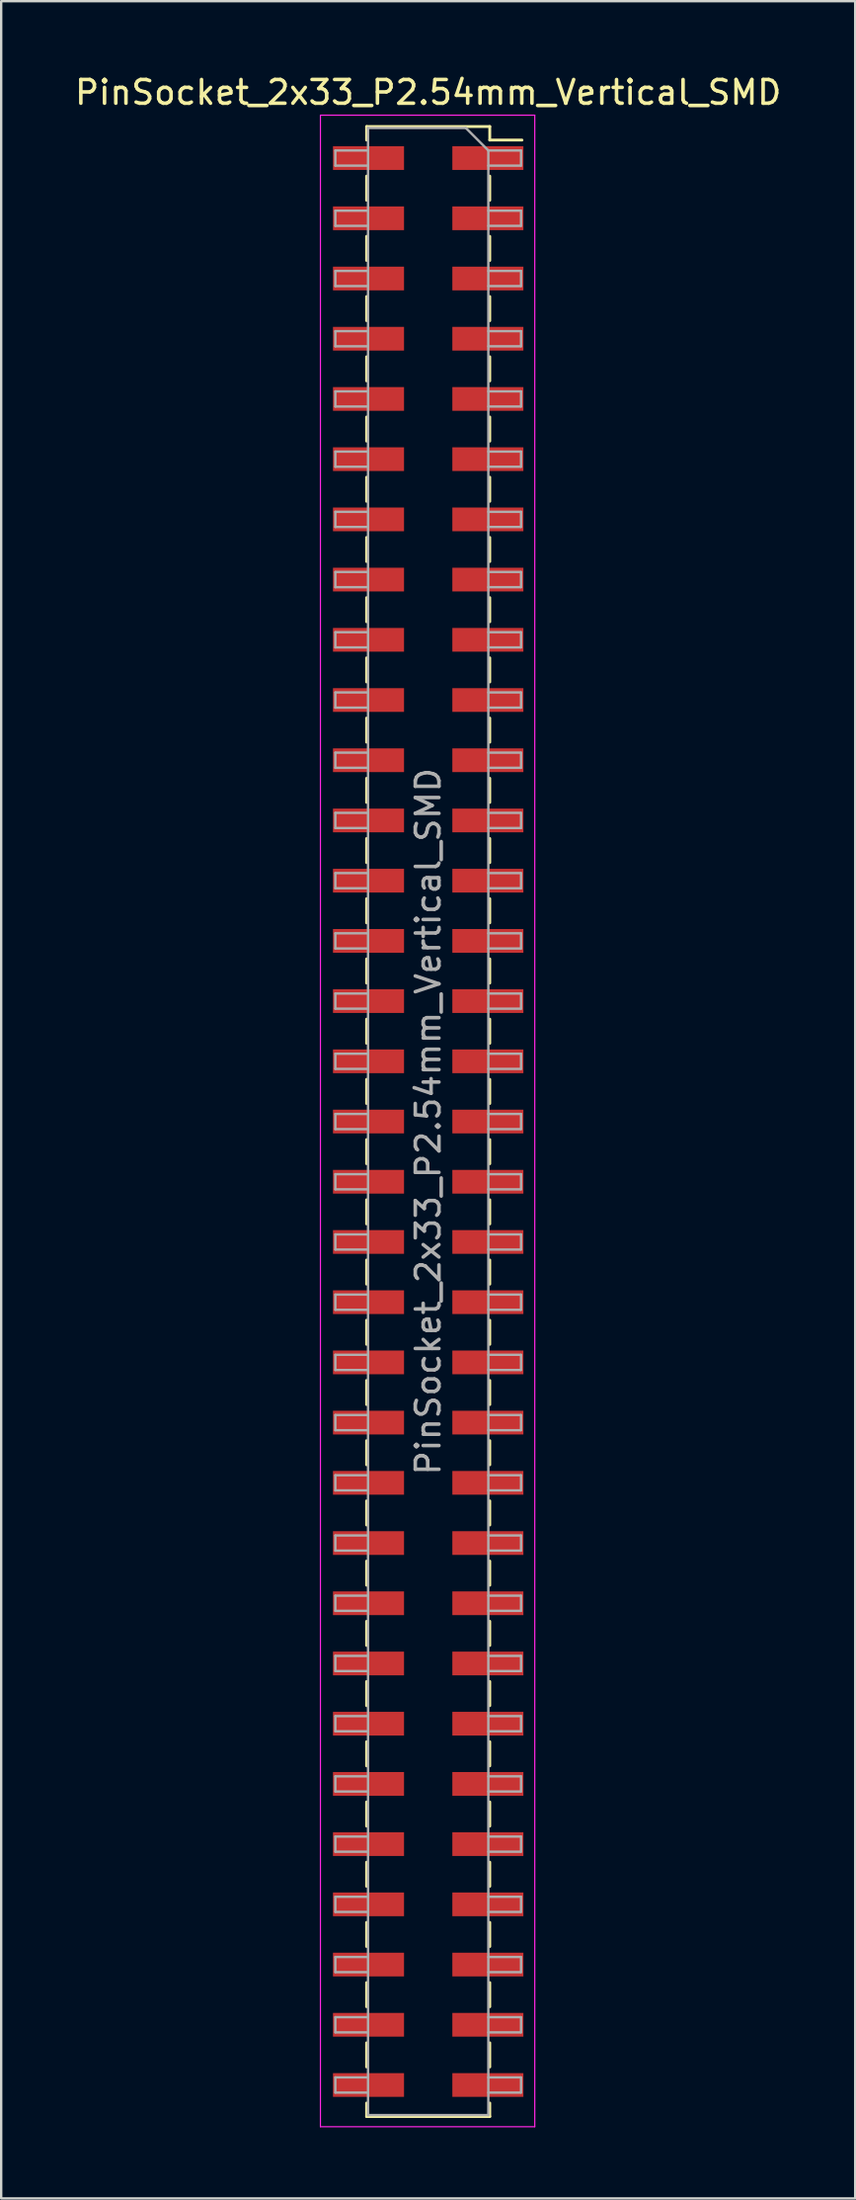
<source format=kicad_pcb>
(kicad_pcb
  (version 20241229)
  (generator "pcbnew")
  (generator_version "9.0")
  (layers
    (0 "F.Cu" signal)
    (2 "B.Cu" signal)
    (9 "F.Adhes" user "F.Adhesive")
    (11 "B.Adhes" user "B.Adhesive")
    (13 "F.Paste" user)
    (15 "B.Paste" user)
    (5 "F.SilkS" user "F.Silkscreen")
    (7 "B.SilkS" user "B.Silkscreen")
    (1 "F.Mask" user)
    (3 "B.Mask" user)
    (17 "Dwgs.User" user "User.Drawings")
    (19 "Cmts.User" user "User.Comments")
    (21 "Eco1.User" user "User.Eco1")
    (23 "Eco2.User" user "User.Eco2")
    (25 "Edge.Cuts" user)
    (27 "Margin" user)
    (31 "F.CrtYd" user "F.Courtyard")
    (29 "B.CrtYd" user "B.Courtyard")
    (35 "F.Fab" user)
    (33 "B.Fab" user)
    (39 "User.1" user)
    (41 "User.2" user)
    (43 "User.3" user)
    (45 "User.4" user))
  (footprint "PinSocket_2x33_P2.54mm_Vertical_SMD"
    (layer "F.Cu")
    (at 15.03 44.258)
    (property "Reference" "PinSocket_2x33_P2.54mm_Vertical_SMD" (at 0 -43.41 0) (layer "F.SilkS") (effects (font (size 1 1) (thickness 0.15))))
    (attr smd)
    (fp_line (start -2.6 -41.97) (end -2.6 -41.4) (stroke (width 0.12) (type solid)) (layer "F.SilkS"))
    (fp_line (start -2.6 -41.97) (end 2.6 -41.97) (stroke (width 0.12) (type solid)) (layer "F.SilkS"))
    (fp_line (start -2.6 -39.88) (end -2.6 -38.86) (stroke (width 0.12) (type solid)) (layer "F.SilkS"))
    (fp_line (start -2.6 -37.34) (end -2.6 -36.32) (stroke (width 0.12) (type solid)) (layer "F.SilkS"))
    (fp_line (start -2.6 -34.8) (end -2.6 -33.78) (stroke (width 0.12) (type solid)) (layer "F.SilkS"))
    (fp_line (start -2.6 -32.26) (end -2.6 -31.24) (stroke (width 0.12) (type solid)) (layer "F.SilkS"))
    (fp_line (start -2.6 -29.72) (end -2.6 -28.7) (stroke (width 0.12) (type solid)) (layer "F.SilkS"))
    (fp_line (start -2.6 -27.18) (end -2.6 -26.16) (stroke (width 0.12) (type solid)) (layer "F.SilkS"))
    (fp_line (start -2.6 -24.64) (end -2.6 -23.62) (stroke (width 0.12) (type solid)) (layer "F.SilkS"))
    (fp_line (start -2.6 -22.1) (end -2.6 -21.08) (stroke (width 0.12) (type solid)) (layer "F.SilkS"))
    (fp_line (start -2.6 -19.56) (end -2.6 -18.54) (stroke (width 0.12) (type solid)) (layer "F.SilkS"))
    (fp_line (start -2.6 -17.02) (end -2.6 -16) (stroke (width 0.12) (type solid)) (layer "F.SilkS"))
    (fp_line (start -2.6 -14.48) (end -2.6 -13.46) (stroke (width 0.12) (type solid)) (layer "F.SilkS"))
    (fp_line (start -2.6 -11.94) (end -2.6 -10.92) (stroke (width 0.12) (type solid)) (layer "F.SilkS"))
    (fp_line (start -2.6 -9.4) (end -2.6 -8.38) (stroke (width 0.12) (type solid)) (layer "F.SilkS"))
    (fp_line (start -2.6 -6.86) (end -2.6 -5.84) (stroke (width 0.12) (type solid)) (layer "F.SilkS"))
    (fp_line (start -2.6 -4.32) (end -2.6 -3.3) (stroke (width 0.12) (type solid)) (layer "F.SilkS"))
    (fp_line (start -2.6 -1.78) (end -2.6 -0.76) (stroke (width 0.12) (type solid)) (layer "F.SilkS"))
    (fp_line (start -2.6 0.76) (end -2.6 1.78) (stroke (width 0.12) (type solid)) (layer "F.SilkS"))
    (fp_line (start -2.6 3.3) (end -2.6 4.32) (stroke (width 0.12) (type solid)) (layer "F.SilkS"))
    (fp_line (start -2.6 5.84) (end -2.6 6.86) (stroke (width 0.12) (type solid)) (layer "F.SilkS"))
    (fp_line (start -2.6 8.38) (end -2.6 9.4) (stroke (width 0.12) (type solid)) (layer "F.SilkS"))
    (fp_line (start -2.6 10.92) (end -2.6 11.94) (stroke (width 0.12) (type solid)) (layer "F.SilkS"))
    (fp_line (start -2.6 13.46) (end -2.6 14.48) (stroke (width 0.12) (type solid)) (layer "F.SilkS"))
    (fp_line (start -2.6 16) (end -2.6 17.02) (stroke (width 0.12) (type solid)) (layer "F.SilkS"))
    (fp_line (start -2.6 18.54) (end -2.6 19.56) (stroke (width 0.12) (type solid)) (layer "F.SilkS"))
    (fp_line (start -2.6 21.08) (end -2.6 22.1) (stroke (width 0.12) (type solid)) (layer "F.SilkS"))
    (fp_line (start -2.6 23.62) (end -2.6 24.64) (stroke (width 0.12) (type solid)) (layer "F.SilkS"))
    (fp_line (start -2.6 26.16) (end -2.6 27.18) (stroke (width 0.12) (type solid)) (layer "F.SilkS"))
    (fp_line (start -2.6 28.7) (end -2.6 29.72) (stroke (width 0.12) (type solid)) (layer "F.SilkS"))
    (fp_line (start -2.6 31.24) (end -2.6 32.26) (stroke (width 0.12) (type solid)) (layer "F.SilkS"))
    (fp_line (start -2.6 33.78) (end -2.6 34.8) (stroke (width 0.12) (type solid)) (layer "F.SilkS"))
    (fp_line (start -2.6 36.32) (end -2.6 37.34) (stroke (width 0.12) (type solid)) (layer "F.SilkS"))
    (fp_line (start -2.6 38.86) (end -2.6 39.88) (stroke (width 0.12) (type solid)) (layer "F.SilkS"))
    (fp_line (start -2.6 41.4) (end -2.6 41.97) (stroke (width 0.12) (type solid)) (layer "F.SilkS"))
    (fp_line (start -2.6 41.97) (end 2.6 41.97) (stroke (width 0.12) (type solid)) (layer "F.SilkS"))
    (fp_line (start 2.6 -41.97) (end 2.6 -41.4) (stroke (width 0.12) (type solid)) (layer "F.SilkS"))
    (fp_line (start 2.6 -41.4) (end 3.96 -41.4) (stroke (width 0.12) (type solid)) (layer "F.SilkS"))
    (fp_line (start 2.6 -39.88) (end 2.6 -38.86) (stroke (width 0.12) (type solid)) (layer "F.SilkS"))
    (fp_line (start 2.6 -37.34) (end 2.6 -36.32) (stroke (width 0.12) (type solid)) (layer "F.SilkS"))
    (fp_line (start 2.6 -34.8) (end 2.6 -33.78) (stroke (width 0.12) (type solid)) (layer "F.SilkS"))
    (fp_line (start 2.6 -32.26) (end 2.6 -31.24) (stroke (width 0.12) (type solid)) (layer "F.SilkS"))
    (fp_line (start 2.6 -29.72) (end 2.6 -28.7) (stroke (width 0.12) (type solid)) (layer "F.SilkS"))
    (fp_line (start 2.6 -27.18) (end 2.6 -26.16) (stroke (width 0.12) (type solid)) (layer "F.SilkS"))
    (fp_line (start 2.6 -24.64) (end 2.6 -23.62) (stroke (width 0.12) (type solid)) (layer "F.SilkS"))
    (fp_line (start 2.6 -22.1) (end 2.6 -21.08) (stroke (width 0.12) (type solid)) (layer "F.SilkS"))
    (fp_line (start 2.6 -19.56) (end 2.6 -18.54) (stroke (width 0.12) (type solid)) (layer "F.SilkS"))
    (fp_line (start 2.6 -17.02) (end 2.6 -16) (stroke (width 0.12) (type solid)) (layer "F.SilkS"))
    (fp_line (start 2.6 -14.48) (end 2.6 -13.46) (stroke (width 0.12) (type solid)) (layer "F.SilkS"))
    (fp_line (start 2.6 -11.94) (end 2.6 -10.92) (stroke (width 0.12) (type solid)) (layer "F.SilkS"))
    (fp_line (start 2.6 -9.4) (end 2.6 -8.38) (stroke (width 0.12) (type solid)) (layer "F.SilkS"))
    (fp_line (start 2.6 -6.86) (end 2.6 -5.84) (stroke (width 0.12) (type solid)) (layer "F.SilkS"))
    (fp_line (start 2.6 -4.32) (end 2.6 -3.3) (stroke (width 0.12) (type solid)) (layer "F.SilkS"))
    (fp_line (start 2.6 -1.78) (end 2.6 -0.76) (stroke (width 0.12) (type solid)) (layer "F.SilkS"))
    (fp_line (start 2.6 0.76) (end 2.6 1.78) (stroke (width 0.12) (type solid)) (layer "F.SilkS"))
    (fp_line (start 2.6 3.3) (end 2.6 4.32) (stroke (width 0.12) (type solid)) (layer "F.SilkS"))
    (fp_line (start 2.6 5.84) (end 2.6 6.86) (stroke (width 0.12) (type solid)) (layer "F.SilkS"))
    (fp_line (start 2.6 8.38) (end 2.6 9.4) (stroke (width 0.12) (type solid)) (layer "F.SilkS"))
    (fp_line (start 2.6 10.92) (end 2.6 11.94) (stroke (width 0.12) (type solid)) (layer "F.SilkS"))
    (fp_line (start 2.6 13.46) (end 2.6 14.48) (stroke (width 0.12) (type solid)) (layer "F.SilkS"))
    (fp_line (start 2.6 16) (end 2.6 17.02) (stroke (width 0.12) (type solid)) (layer "F.SilkS"))
    (fp_line (start 2.6 18.54) (end 2.6 19.56) (stroke (width 0.12) (type solid)) (layer "F.SilkS"))
    (fp_line (start 2.6 21.08) (end 2.6 22.1) (stroke (width 0.12) (type solid)) (layer "F.SilkS"))
    (fp_line (start 2.6 23.62) (end 2.6 24.64) (stroke (width 0.12) (type solid)) (layer "F.SilkS"))
    (fp_line (start 2.6 26.16) (end 2.6 27.18) (stroke (width 0.12) (type solid)) (layer "F.SilkS"))
    (fp_line (start 2.6 28.7) (end 2.6 29.72) (stroke (width 0.12) (type solid)) (layer "F.SilkS"))
    (fp_line (start 2.6 31.24) (end 2.6 32.26) (stroke (width 0.12) (type solid)) (layer "F.SilkS"))
    (fp_line (start 2.6 33.78) (end 2.6 34.8) (stroke (width 0.12) (type solid)) (layer "F.SilkS"))
    (fp_line (start 2.6 36.32) (end 2.6 37.34) (stroke (width 0.12) (type solid)) (layer "F.SilkS"))
    (fp_line (start 2.6 38.86) (end 2.6 39.88) (stroke (width 0.12) (type solid)) (layer "F.SilkS"))
    (fp_line (start 2.6 41.4) (end 2.6 41.97) (stroke (width 0.12) (type solid)) (layer "F.SilkS"))
    (fp_line (start -4.55 -42.45) (end 4.5 -42.45) (stroke (width 0.05) (type solid)) (layer "F.CrtYd"))
    (fp_line (start -4.55 42.4) (end -4.55 -42.45) (stroke (width 0.05) (type solid)) (layer "F.CrtYd"))
    (fp_line (start 4.5 -42.45) (end 4.5 42.4) (stroke (width 0.05) (type solid)) (layer "F.CrtYd"))
    (fp_line (start 4.5 42.4) (end -4.55 42.4) (stroke (width 0.05) (type solid)) (layer "F.CrtYd"))
    (fp_line (start -3.92 -40.96) (end -2.54 -40.96) (stroke (width 0.1) (type solid)) (layer "F.Fab"))
    (fp_line (start -3.92 -40.32) (end -3.92 -40.96) (stroke (width 0.1) (type solid)) (layer "F.Fab"))
    (fp_line (start -3.92 -38.42) (end -2.54 -38.42) (stroke (width 0.1) (type solid)) (layer "F.Fab"))
    (fp_line (start -3.92 -37.78) (end -3.92 -38.42) (stroke (width 0.1) (type solid)) (layer "F.Fab"))
    (fp_line (start -3.92 -35.88) (end -2.54 -35.88) (stroke (width 0.1) (type solid)) (layer "F.Fab"))
    (fp_line (start -3.92 -35.24) (end -3.92 -35.88) (stroke (width 0.1) (type solid)) (layer "F.Fab"))
    (fp_line (start -3.92 -33.34) (end -2.54 -33.34) (stroke (width 0.1) (type solid)) (layer "F.Fab"))
    (fp_line (start -3.92 -32.7) (end -3.92 -33.34) (stroke (width 0.1) (type solid)) (layer "F.Fab"))
    (fp_line (start -3.92 -30.8) (end -2.54 -30.8) (stroke (width 0.1) (type solid)) (layer "F.Fab"))
    (fp_line (start -3.92 -30.16) (end -3.92 -30.8) (stroke (width 0.1) (type solid)) (layer "F.Fab"))
    (fp_line (start -3.92 -28.26) (end -2.54 -28.26) (stroke (width 0.1) (type solid)) (layer "F.Fab"))
    (fp_line (start -3.92 -27.62) (end -3.92 -28.26) (stroke (width 0.1) (type solid)) (layer "F.Fab"))
    (fp_line (start -3.92 -25.72) (end -2.54 -25.72) (stroke (width 0.1) (type solid)) (layer "F.Fab"))
    (fp_line (start -3.92 -25.08) (end -3.92 -25.72) (stroke (width 0.1) (type solid)) (layer "F.Fab"))
    (fp_line (start -3.92 -23.18) (end -2.54 -23.18) (stroke (width 0.1) (type solid)) (layer "F.Fab"))
    (fp_line (start -3.92 -22.54) (end -3.92 -23.18) (stroke (width 0.1) (type solid)) (layer "F.Fab"))
    (fp_line (start -3.92 -20.64) (end -2.54 -20.64) (stroke (width 0.1) (type solid)) (layer "F.Fab"))
    (fp_line (start -3.92 -20) (end -3.92 -20.64) (stroke (width 0.1) (type solid)) (layer "F.Fab"))
    (fp_line (start -3.92 -18.1) (end -2.54 -18.1) (stroke (width 0.1) (type solid)) (layer "F.Fab"))
    (fp_line (start -3.92 -17.46) (end -3.92 -18.1) (stroke (width 0.1) (type solid)) (layer "F.Fab"))
    (fp_line (start -3.92 -15.56) (end -2.54 -15.56) (stroke (width 0.1) (type solid)) (layer "F.Fab"))
    (fp_line (start -3.92 -14.92) (end -3.92 -15.56) (stroke (width 0.1) (type solid)) (layer "F.Fab"))
    (fp_line (start -3.92 -13.02) (end -2.54 -13.02) (stroke (width 0.1) (type solid)) (layer "F.Fab"))
    (fp_line (start -3.92 -12.38) (end -3.92 -13.02) (stroke (width 0.1) (type solid)) (layer "F.Fab"))
    (fp_line (start -3.92 -10.48) (end -2.54 -10.48) (stroke (width 0.1) (type solid)) (layer "F.Fab"))
    (fp_line (start -3.92 -9.84) (end -3.92 -10.48) (stroke (width 0.1) (type solid)) (layer "F.Fab"))
    (fp_line (start -3.92 -7.94) (end -2.54 -7.94) (stroke (width 0.1) (type solid)) (layer "F.Fab"))
    (fp_line (start -3.92 -7.3) (end -3.92 -7.94) (stroke (width 0.1) (type solid)) (layer "F.Fab"))
    (fp_line (start -3.92 -5.4) (end -2.54 -5.4) (stroke (width 0.1) (type solid)) (layer "F.Fab"))
    (fp_line (start -3.92 -4.76) (end -3.92 -5.4) (stroke (width 0.1) (type solid)) (layer "F.Fab"))
    (fp_line (start -3.92 -2.86) (end -2.54 -2.86) (stroke (width 0.1) (type solid)) (layer "F.Fab"))
    (fp_line (start -3.92 -2.22) (end -3.92 -2.86) (stroke (width 0.1) (type solid)) (layer "F.Fab"))
    (fp_line (start -3.92 -0.32) (end -2.54 -0.32) (stroke (width 0.1) (type solid)) (layer "F.Fab"))
    (fp_line (start -3.92 0.32) (end -3.92 -0.32) (stroke (width 0.1) (type solid)) (layer "F.Fab"))
    (fp_line (start -3.92 2.22) (end -2.54 2.22) (stroke (width 0.1) (type solid)) (layer "F.Fab"))
    (fp_line (start -3.92 2.86) (end -3.92 2.22) (stroke (width 0.1) (type solid)) (layer "F.Fab"))
    (fp_line (start -3.92 4.76) (end -2.54 4.76) (stroke (width 0.1) (type solid)) (layer "F.Fab"))
    (fp_line (start -3.92 5.4) (end -3.92 4.76) (stroke (width 0.1) (type solid)) (layer "F.Fab"))
    (fp_line (start -3.92 7.3) (end -2.54 7.3) (stroke (width 0.1) (type solid)) (layer "F.Fab"))
    (fp_line (start -3.92 7.94) (end -3.92 7.3) (stroke (width 0.1) (type solid)) (layer "F.Fab"))
    (fp_line (start -3.92 9.84) (end -2.54 9.84) (stroke (width 0.1) (type solid)) (layer "F.Fab"))
    (fp_line (start -3.92 10.48) (end -3.92 9.84) (stroke (width 0.1) (type solid)) (layer "F.Fab"))
    (fp_line (start -3.92 12.38) (end -2.54 12.38) (stroke (width 0.1) (type solid)) (layer "F.Fab"))
    (fp_line (start -3.92 13.02) (end -3.92 12.38) (stroke (width 0.1) (type solid)) (layer "F.Fab"))
    (fp_line (start -3.92 14.92) (end -2.54 14.92) (stroke (width 0.1) (type solid)) (layer "F.Fab"))
    (fp_line (start -3.92 15.56) (end -3.92 14.92) (stroke (width 0.1) (type solid)) (layer "F.Fab"))
    (fp_line (start -3.92 17.46) (end -2.54 17.46) (stroke (width 0.1) (type solid)) (layer "F.Fab"))
    (fp_line (start -3.92 18.1) (end -3.92 17.46) (stroke (width 0.1) (type solid)) (layer "F.Fab"))
    (fp_line (start -3.92 20) (end -2.54 20) (stroke (width 0.1) (type solid)) (layer "F.Fab"))
    (fp_line (start -3.92 20.64) (end -3.92 20) (stroke (width 0.1) (type solid)) (layer "F.Fab"))
    (fp_line (start -3.92 22.54) (end -2.54 22.54) (stroke (width 0.1) (type solid)) (layer "F.Fab"))
    (fp_line (start -3.92 23.18) (end -3.92 22.54) (stroke (width 0.1) (type solid)) (layer "F.Fab"))
    (fp_line (start -3.92 25.08) (end -2.54 25.08) (stroke (width 0.1) (type solid)) (layer "F.Fab"))
    (fp_line (start -3.92 25.72) (end -3.92 25.08) (stroke (width 0.1) (type solid)) (layer "F.Fab"))
    (fp_line (start -3.92 27.62) (end -2.54 27.62) (stroke (width 0.1) (type solid)) (layer "F.Fab"))
    (fp_line (start -3.92 28.26) (end -3.92 27.62) (stroke (width 0.1) (type solid)) (layer "F.Fab"))
    (fp_line (start -3.92 30.16) (end -2.54 30.16) (stroke (width 0.1) (type solid)) (layer "F.Fab"))
    (fp_line (start -3.92 30.8) (end -3.92 30.16) (stroke (width 0.1) (type solid)) (layer "F.Fab"))
    (fp_line (start -3.92 32.7) (end -2.54 32.7) (stroke (width 0.1) (type solid)) (layer "F.Fab"))
    (fp_line (start -3.92 33.34) (end -3.92 32.7) (stroke (width 0.1) (type solid)) (layer "F.Fab"))
    (fp_line (start -3.92 35.24) (end -2.54 35.24) (stroke (width 0.1) (type solid)) (layer "F.Fab"))
    (fp_line (start -3.92 35.88) (end -3.92 35.24) (stroke (width 0.1) (type solid)) (layer "F.Fab"))
    (fp_line (start -3.92 37.78) (end -2.54 37.78) (stroke (width 0.1) (type solid)) (layer "F.Fab"))
    (fp_line (start -3.92 38.42) (end -3.92 37.78) (stroke (width 0.1) (type solid)) (layer "F.Fab"))
    (fp_line (start -3.92 40.32) (end -2.54 40.32) (stroke (width 0.1) (type solid)) (layer "F.Fab"))
    (fp_line (start -3.92 40.96) (end -3.92 40.32) (stroke (width 0.1) (type solid)) (layer "F.Fab"))
    (fp_line (start -2.54 -41.91) (end 1.59 -41.91) (stroke (width 0.1) (type solid)) (layer "F.Fab"))
    (fp_line (start -2.54 -40.32) (end -3.92 -40.32) (stroke (width 0.1) (type solid)) (layer "F.Fab"))
    (fp_line (start -2.54 -37.78) (end -3.92 -37.78) (stroke (width 0.1) (type solid)) (layer "F.Fab"))
    (fp_line (start -2.54 -35.24) (end -3.92 -35.24) (stroke (width 0.1) (type solid)) (layer "F.Fab"))
    (fp_line (start -2.54 -32.7) (end -3.92 -32.7) (stroke (width 0.1) (type solid)) (layer "F.Fab"))
    (fp_line (start -2.54 -30.16) (end -3.92 -30.16) (stroke (width 0.1) (type solid)) (layer "F.Fab"))
    (fp_line (start -2.54 -27.62) (end -3.92 -27.62) (stroke (width 0.1) (type solid)) (layer "F.Fab"))
    (fp_line (start -2.54 -25.08) (end -3.92 -25.08) (stroke (width 0.1) (type solid)) (layer "F.Fab"))
    (fp_line (start -2.54 -22.54) (end -3.92 -22.54) (stroke (width 0.1) (type solid)) (layer "F.Fab"))
    (fp_line (start -2.54 -20) (end -3.92 -20) (stroke (width 0.1) (type solid)) (layer "F.Fab"))
    (fp_line (start -2.54 -17.46) (end -3.92 -17.46) (stroke (width 0.1) (type solid)) (layer "F.Fab"))
    (fp_line (start -2.54 -14.92) (end -3.92 -14.92) (stroke (width 0.1) (type solid)) (layer "F.Fab"))
    (fp_line (start -2.54 -12.38) (end -3.92 -12.38) (stroke (width 0.1) (type solid)) (layer "F.Fab"))
    (fp_line (start -2.54 -9.84) (end -3.92 -9.84) (stroke (width 0.1) (type solid)) (layer "F.Fab"))
    (fp_line (start -2.54 -7.3) (end -3.92 -7.3) (stroke (width 0.1) (type solid)) (layer "F.Fab"))
    (fp_line (start -2.54 -4.76) (end -3.92 -4.76) (stroke (width 0.1) (type solid)) (layer "F.Fab"))
    (fp_line (start -2.54 -2.22) (end -3.92 -2.22) (stroke (width 0.1) (type solid)) (layer "F.Fab"))
    (fp_line (start -2.54 0.32) (end -3.92 0.32) (stroke (width 0.1) (type solid)) (layer "F.Fab"))
    (fp_line (start -2.54 2.86) (end -3.92 2.86) (stroke (width 0.1) (type solid)) (layer "F.Fab"))
    (fp_line (start -2.54 5.4) (end -3.92 5.4) (stroke (width 0.1) (type solid)) (layer "F.Fab"))
    (fp_line (start -2.54 7.94) (end -3.92 7.94) (stroke (width 0.1) (type solid)) (layer "F.Fab"))
    (fp_line (start -2.54 10.48) (end -3.92 10.48) (stroke (width 0.1) (type solid)) (layer "F.Fab"))
    (fp_line (start -2.54 13.02) (end -3.92 13.02) (stroke (width 0.1) (type solid)) (layer "F.Fab"))
    (fp_line (start -2.54 15.56) (end -3.92 15.56) (stroke (width 0.1) (type solid)) (layer "F.Fab"))
    (fp_line (start -2.54 18.1) (end -3.92 18.1) (stroke (width 0.1) (type solid)) (layer "F.Fab"))
    (fp_line (start -2.54 20.64) (end -3.92 20.64) (stroke (width 0.1) (type solid)) (layer "F.Fab"))
    (fp_line (start -2.54 23.18) (end -3.92 23.18) (stroke (width 0.1) (type solid)) (layer "F.Fab"))
    (fp_line (start -2.54 25.72) (end -3.92 25.72) (stroke (width 0.1) (type solid)) (layer "F.Fab"))
    (fp_line (start -2.54 28.26) (end -3.92 28.26) (stroke (width 0.1) (type solid)) (layer "F.Fab"))
    (fp_line (start -2.54 30.8) (end -3.92 30.8) (stroke (width 0.1) (type solid)) (layer "F.Fab"))
    (fp_line (start -2.54 33.34) (end -3.92 33.34) (stroke (width 0.1) (type solid)) (layer "F.Fab"))
    (fp_line (start -2.54 35.88) (end -3.92 35.88) (stroke (width 0.1) (type solid)) (layer "F.Fab"))
    (fp_line (start -2.54 38.42) (end -3.92 38.42) (stroke (width 0.1) (type solid)) (layer "F.Fab"))
    (fp_line (start -2.54 40.96) (end -3.92 40.96) (stroke (width 0.1) (type solid)) (layer "F.Fab"))
    (fp_line (start -2.54 41.91) (end -2.54 -41.91) (stroke (width 0.1) (type solid)) (layer "F.Fab"))
    (fp_line (start 1.59 -41.91) (end 2.54 -40.96) (stroke (width 0.1) (type solid)) (layer "F.Fab"))
    (fp_line (start 2.54 -40.96) (end 2.54 41.91) (stroke (width 0.1) (type solid)) (layer "F.Fab"))
    (fp_line (start 2.54 -40.96) (end 3.92 -40.96) (stroke (width 0.1) (type solid)) (layer "F.Fab"))
    (fp_line (start 2.54 -38.42) (end 3.92 -38.42) (stroke (width 0.1) (type solid)) (layer "F.Fab"))
    (fp_line (start 2.54 -35.88) (end 3.92 -35.88) (stroke (width 0.1) (type solid)) (layer "F.Fab"))
    (fp_line (start 2.54 -33.34) (end 3.92 -33.34) (stroke (width 0.1) (type solid)) (layer "F.Fab"))
    (fp_line (start 2.54 -30.8) (end 3.92 -30.8) (stroke (width 0.1) (type solid)) (layer "F.Fab"))
    (fp_line (start 2.54 -28.26) (end 3.92 -28.26) (stroke (width 0.1) (type solid)) (layer "F.Fab"))
    (fp_line (start 2.54 -25.72) (end 3.92 -25.72) (stroke (width 0.1) (type solid)) (layer "F.Fab"))
    (fp_line (start 2.54 -23.18) (end 3.92 -23.18) (stroke (width 0.1) (type solid)) (layer "F.Fab"))
    (fp_line (start 2.54 -20.64) (end 3.92 -20.64) (stroke (width 0.1) (type solid)) (layer "F.Fab"))
    (fp_line (start 2.54 -18.1) (end 3.92 -18.1) (stroke (width 0.1) (type solid)) (layer "F.Fab"))
    (fp_line (start 2.54 -15.56) (end 3.92 -15.56) (stroke (width 0.1) (type solid)) (layer "F.Fab"))
    (fp_line (start 2.54 -13.02) (end 3.92 -13.02) (stroke (width 0.1) (type solid)) (layer "F.Fab"))
    (fp_line (start 2.54 -10.48) (end 3.92 -10.48) (stroke (width 0.1) (type solid)) (layer "F.Fab"))
    (fp_line (start 2.54 -7.94) (end 3.92 -7.94) (stroke (width 0.1) (type solid)) (layer "F.Fab"))
    (fp_line (start 2.54 -5.4) (end 3.92 -5.4) (stroke (width 0.1) (type solid)) (layer "F.Fab"))
    (fp_line (start 2.54 -2.86) (end 3.92 -2.86) (stroke (width 0.1) (type solid)) (layer "F.Fab"))
    (fp_line (start 2.54 -0.32) (end 3.92 -0.32) (stroke (width 0.1) (type solid)) (layer "F.Fab"))
    (fp_line (start 2.54 2.22) (end 3.92 2.22) (stroke (width 0.1) (type solid)) (layer "F.Fab"))
    (fp_line (start 2.54 4.76) (end 3.92 4.76) (stroke (width 0.1) (type solid)) (layer "F.Fab"))
    (fp_line (start 2.54 7.3) (end 3.92 7.3) (stroke (width 0.1) (type solid)) (layer "F.Fab"))
    (fp_line (start 2.54 9.84) (end 3.92 9.84) (stroke (width 0.1) (type solid)) (layer "F.Fab"))
    (fp_line (start 2.54 12.38) (end 3.92 12.38) (stroke (width 0.1) (type solid)) (layer "F.Fab"))
    (fp_line (start 2.54 14.92) (end 3.92 14.92) (stroke (width 0.1) (type solid)) (layer "F.Fab"))
    (fp_line (start 2.54 17.46) (end 3.92 17.46) (stroke (width 0.1) (type solid)) (layer "F.Fab"))
    (fp_line (start 2.54 20) (end 3.92 20) (stroke (width 0.1) (type solid)) (layer "F.Fab"))
    (fp_line (start 2.54 22.54) (end 3.92 22.54) (stroke (width 0.1) (type solid)) (layer "F.Fab"))
    (fp_line (start 2.54 25.08) (end 3.92 25.08) (stroke (width 0.1) (type solid)) (layer "F.Fab"))
    (fp_line (start 2.54 27.62) (end 3.92 27.62) (stroke (width 0.1) (type solid)) (layer "F.Fab"))
    (fp_line (start 2.54 30.16) (end 3.92 30.16) (stroke (width 0.1) (type solid)) (layer "F.Fab"))
    (fp_line (start 2.54 32.7) (end 3.92 32.7) (stroke (width 0.1) (type solid)) (layer "F.Fab"))
    (fp_line (start 2.54 35.24) (end 3.92 35.24) (stroke (width 0.1) (type solid)) (layer "F.Fab"))
    (fp_line (start 2.54 37.78) (end 3.92 37.78) (stroke (width 0.1) (type solid)) (layer "F.Fab"))
    (fp_line (start 2.54 40.32) (end 3.92 40.32) (stroke (width 0.1) (type solid)) (layer "F.Fab"))
    (fp_line (start 2.54 41.91) (end -2.54 41.91) (stroke (width 0.1) (type solid)) (layer "F.Fab"))
    (fp_line (start 3.92 -40.96) (end 3.92 -40.32) (stroke (width 0.1) (type solid)) (layer "F.Fab"))
    (fp_line (start 3.92 -40.32) (end 2.54 -40.32) (stroke (width 0.1) (type solid)) (layer "F.Fab"))
    (fp_line (start 3.92 -38.42) (end 3.92 -37.78) (stroke (width 0.1) (type solid)) (layer "F.Fab"))
    (fp_line (start 3.92 -37.78) (end 2.54 -37.78) (stroke (width 0.1) (type solid)) (layer "F.Fab"))
    (fp_line (start 3.92 -35.88) (end 3.92 -35.24) (stroke (width 0.1) (type solid)) (layer "F.Fab"))
    (fp_line (start 3.92 -35.24) (end 2.54 -35.24) (stroke (width 0.1) (type solid)) (layer "F.Fab"))
    (fp_line (start 3.92 -33.34) (end 3.92 -32.7) (stroke (width 0.1) (type solid)) (layer "F.Fab"))
    (fp_line (start 3.92 -32.7) (end 2.54 -32.7) (stroke (width 0.1) (type solid)) (layer "F.Fab"))
    (fp_line (start 3.92 -30.8) (end 3.92 -30.16) (stroke (width 0.1) (type solid)) (layer "F.Fab"))
    (fp_line (start 3.92 -30.16) (end 2.54 -30.16) (stroke (width 0.1) (type solid)) (layer "F.Fab"))
    (fp_line (start 3.92 -28.26) (end 3.92 -27.62) (stroke (width 0.1) (type solid)) (layer "F.Fab"))
    (fp_line (start 3.92 -27.62) (end 2.54 -27.62) (stroke (width 0.1) (type solid)) (layer "F.Fab"))
    (fp_line (start 3.92 -25.72) (end 3.92 -25.08) (stroke (width 0.1) (type solid)) (layer "F.Fab"))
    (fp_line (start 3.92 -25.08) (end 2.54 -25.08) (stroke (width 0.1) (type solid)) (layer "F.Fab"))
    (fp_line (start 3.92 -23.18) (end 3.92 -22.54) (stroke (width 0.1) (type solid)) (layer "F.Fab"))
    (fp_line (start 3.92 -22.54) (end 2.54 -22.54) (stroke (width 0.1) (type solid)) (layer "F.Fab"))
    (fp_line (start 3.92 -20.64) (end 3.92 -20) (stroke (width 0.1) (type solid)) (layer "F.Fab"))
    (fp_line (start 3.92 -20) (end 2.54 -20) (stroke (width 0.1) (type solid)) (layer "F.Fab"))
    (fp_line (start 3.92 -18.1) (end 3.92 -17.46) (stroke (width 0.1) (type solid)) (layer "F.Fab"))
    (fp_line (start 3.92 -17.46) (end 2.54 -17.46) (stroke (width 0.1) (type solid)) (layer "F.Fab"))
    (fp_line (start 3.92 -15.56) (end 3.92 -14.92) (stroke (width 0.1) (type solid)) (layer "F.Fab"))
    (fp_line (start 3.92 -14.92) (end 2.54 -14.92) (stroke (width 0.1) (type solid)) (layer "F.Fab"))
    (fp_line (start 3.92 -13.02) (end 3.92 -12.38) (stroke (width 0.1) (type solid)) (layer "F.Fab"))
    (fp_line (start 3.92 -12.38) (end 2.54 -12.38) (stroke (width 0.1) (type solid)) (layer "F.Fab"))
    (fp_line (start 3.92 -10.48) (end 3.92 -9.84) (stroke (width 0.1) (type solid)) (layer "F.Fab"))
    (fp_line (start 3.92 -9.84) (end 2.54 -9.84) (stroke (width 0.1) (type solid)) (layer "F.Fab"))
    (fp_line (start 3.92 -7.94) (end 3.92 -7.3) (stroke (width 0.1) (type solid)) (layer "F.Fab"))
    (fp_line (start 3.92 -7.3) (end 2.54 -7.3) (stroke (width 0.1) (type solid)) (layer "F.Fab"))
    (fp_line (start 3.92 -5.4) (end 3.92 -4.76) (stroke (width 0.1) (type solid)) (layer "F.Fab"))
    (fp_line (start 3.92 -4.76) (end 2.54 -4.76) (stroke (width 0.1) (type solid)) (layer "F.Fab"))
    (fp_line (start 3.92 -2.86) (end 3.92 -2.22) (stroke (width 0.1) (type solid)) (layer "F.Fab"))
    (fp_line (start 3.92 -2.22) (end 2.54 -2.22) (stroke (width 0.1) (type solid)) (layer "F.Fab"))
    (fp_line (start 3.92 -0.32) (end 3.92 0.32) (stroke (width 0.1) (type solid)) (layer "F.Fab"))
    (fp_line (start 3.92 0.32) (end 2.54 0.32) (stroke (width 0.1) (type solid)) (layer "F.Fab"))
    (fp_line (start 3.92 2.22) (end 3.92 2.86) (stroke (width 0.1) (type solid)) (layer "F.Fab"))
    (fp_line (start 3.92 2.86) (end 2.54 2.86) (stroke (width 0.1) (type solid)) (layer "F.Fab"))
    (fp_line (start 3.92 4.76) (end 3.92 5.4) (stroke (width 0.1) (type solid)) (layer "F.Fab"))
    (fp_line (start 3.92 5.4) (end 2.54 5.4) (stroke (width 0.1) (type solid)) (layer "F.Fab"))
    (fp_line (start 3.92 7.3) (end 3.92 7.94) (stroke (width 0.1) (type solid)) (layer "F.Fab"))
    (fp_line (start 3.92 7.94) (end 2.54 7.94) (stroke (width 0.1) (type solid)) (layer "F.Fab"))
    (fp_line (start 3.92 9.84) (end 3.92 10.48) (stroke (width 0.1) (type solid)) (layer "F.Fab"))
    (fp_line (start 3.92 10.48) (end 2.54 10.48) (stroke (width 0.1) (type solid)) (layer "F.Fab"))
    (fp_line (start 3.92 12.38) (end 3.92 13.02) (stroke (width 0.1) (type solid)) (layer "F.Fab"))
    (fp_line (start 3.92 13.02) (end 2.54 13.02) (stroke (width 0.1) (type solid)) (layer "F.Fab"))
    (fp_line (start 3.92 14.92) (end 3.92 15.56) (stroke (width 0.1) (type solid)) (layer "F.Fab"))
    (fp_line (start 3.92 15.56) (end 2.54 15.56) (stroke (width 0.1) (type solid)) (layer "F.Fab"))
    (fp_line (start 3.92 17.46) (end 3.92 18.1) (stroke (width 0.1) (type solid)) (layer "F.Fab"))
    (fp_line (start 3.92 18.1) (end 2.54 18.1) (stroke (width 0.1) (type solid)) (layer "F.Fab"))
    (fp_line (start 3.92 20) (end 3.92 20.64) (stroke (width 0.1) (type solid)) (layer "F.Fab"))
    (fp_line (start 3.92 20.64) (end 2.54 20.64) (stroke (width 0.1) (type solid)) (layer "F.Fab"))
    (fp_line (start 3.92 22.54) (end 3.92 23.18) (stroke (width 0.1) (type solid)) (layer "F.Fab"))
    (fp_line (start 3.92 23.18) (end 2.54 23.18) (stroke (width 0.1) (type solid)) (layer "F.Fab"))
    (fp_line (start 3.92 25.08) (end 3.92 25.72) (stroke (width 0.1) (type solid)) (layer "F.Fab"))
    (fp_line (start 3.92 25.72) (end 2.54 25.72) (stroke (width 0.1) (type solid)) (layer "F.Fab"))
    (fp_line (start 3.92 27.62) (end 3.92 28.26) (stroke (width 0.1) (type solid)) (layer "F.Fab"))
    (fp_line (start 3.92 28.26) (end 2.54 28.26) (stroke (width 0.1) (type solid)) (layer "F.Fab"))
    (fp_line (start 3.92 30.16) (end 3.92 30.8) (stroke (width 0.1) (type solid)) (layer "F.Fab"))
    (fp_line (start 3.92 30.8) (end 2.54 30.8) (stroke (width 0.1) (type solid)) (layer "F.Fab"))
    (fp_line (start 3.92 32.7) (end 3.92 33.34) (stroke (width 0.1) (type solid)) (layer "F.Fab"))
    (fp_line (start 3.92 33.34) (end 2.54 33.34) (stroke (width 0.1) (type solid)) (layer "F.Fab"))
    (fp_line (start 3.92 35.24) (end 3.92 35.88) (stroke (width 0.1) (type solid)) (layer "F.Fab"))
    (fp_line (start 3.92 35.88) (end 2.54 35.88) (stroke (width 0.1) (type solid)) (layer "F.Fab"))
    (fp_line (start 3.92 37.78) (end 3.92 38.42) (stroke (width 0.1) (type solid)) (layer "F.Fab"))
    (fp_line (start 3.92 38.42) (end 2.54 38.42) (stroke (width 0.1) (type solid)) (layer "F.Fab"))
    (fp_line (start 3.92 40.32) (end 3.92 40.96) (stroke (width 0.1) (type solid)) (layer "F.Fab"))
    (fp_line (start 3.92 40.96) (end 2.54 40.96) (stroke (width 0.1) (type solid)) (layer "F.Fab"))
    (fp_text user "${REFERENCE}" (at 0 0 90) (layer "F.Fab") (effects (font (size 1 1) (thickness 0.15))))
    (pad "1" smd rect (at 2.52 -40.64) (size 3 1) (layers "F.Cu" "F.Mask" "F.Paste"))
    (pad "2" smd rect (at -2.52 -40.64) (size 3 1) (layers "F.Cu" "F.Mask" "F.Paste"))
    (pad "3" smd rect (at 2.52 -38.1) (size 3 1) (layers "F.Cu" "F.Mask" "F.Paste"))
    (pad "4" smd rect (at -2.52 -38.1) (size 3 1) (layers "F.Cu" "F.Mask" "F.Paste"))
    (pad "5" smd rect (at 2.52 -35.56) (size 3 1) (layers "F.Cu" "F.Mask" "F.Paste"))
    (pad "6" smd rect (at -2.52 -35.56) (size 3 1) (layers "F.Cu" "F.Mask" "F.Paste"))
    (pad "7" smd rect (at 2.52 -33.02) (size 3 1) (layers "F.Cu" "F.Mask" "F.Paste"))
    (pad "8" smd rect (at -2.52 -33.02) (size 3 1) (layers "F.Cu" "F.Mask" "F.Paste"))
    (pad "9" smd rect (at 2.52 -30.48) (size 3 1) (layers "F.Cu" "F.Mask" "F.Paste"))
    (pad "10" smd rect (at -2.52 -30.48) (size 3 1) (layers "F.Cu" "F.Mask" "F.Paste"))
    (pad "11" smd rect (at 2.52 -27.94) (size 3 1) (layers "F.Cu" "F.Mask" "F.Paste"))
    (pad "12" smd rect (at -2.52 -27.94) (size 3 1) (layers "F.Cu" "F.Mask" "F.Paste"))
    (pad "13" smd rect (at 2.52 -25.4) (size 3 1) (layers "F.Cu" "F.Mask" "F.Paste"))
    (pad "14" smd rect (at -2.52 -25.4) (size 3 1) (layers "F.Cu" "F.Mask" "F.Paste"))
    (pad "15" smd rect (at 2.52 -22.86) (size 3 1) (layers "F.Cu" "F.Mask" "F.Paste"))
    (pad "16" smd rect (at -2.52 -22.86) (size 3 1) (layers "F.Cu" "F.Mask" "F.Paste"))
    (pad "17" smd rect (at 2.52 -20.32) (size 3 1) (layers "F.Cu" "F.Mask" "F.Paste"))
    (pad "18" smd rect (at -2.52 -20.32) (size 3 1) (layers "F.Cu" "F.Mask" "F.Paste"))
    (pad "19" smd rect (at 2.52 -17.78) (size 3 1) (layers "F.Cu" "F.Mask" "F.Paste"))
    (pad "20" smd rect (at -2.52 -17.78) (size 3 1) (layers "F.Cu" "F.Mask" "F.Paste"))
    (pad "21" smd rect (at 2.52 -15.24) (size 3 1) (layers "F.Cu" "F.Mask" "F.Paste"))
    (pad "22" smd rect (at -2.52 -15.24) (size 3 1) (layers "F.Cu" "F.Mask" "F.Paste"))
    (pad "23" smd rect (at 2.52 -12.7) (size 3 1) (layers "F.Cu" "F.Mask" "F.Paste"))
    (pad "24" smd rect (at -2.52 -12.7) (size 3 1) (layers "F.Cu" "F.Mask" "F.Paste"))
    (pad "25" smd rect (at 2.52 -10.16) (size 3 1) (layers "F.Cu" "F.Mask" "F.Paste"))
    (pad "26" smd rect (at -2.52 -10.16) (size 3 1) (layers "F.Cu" "F.Mask" "F.Paste"))
    (pad "27" smd rect (at 2.52 -7.62) (size 3 1) (layers "F.Cu" "F.Mask" "F.Paste"))
    (pad "28" smd rect (at -2.52 -7.62) (size 3 1) (layers "F.Cu" "F.Mask" "F.Paste"))
    (pad "29" smd rect (at 2.52 -5.08) (size 3 1) (layers "F.Cu" "F.Mask" "F.Paste"))
    (pad "30" smd rect (at -2.52 -5.08) (size 3 1) (layers "F.Cu" "F.Mask" "F.Paste"))
    (pad "31" smd rect (at 2.52 -2.54) (size 3 1) (layers "F.Cu" "F.Mask" "F.Paste"))
    (pad "32" smd rect (at -2.52 -2.54) (size 3 1) (layers "F.Cu" "F.Mask" "F.Paste"))
    (pad "33" smd rect (at 2.52 0) (size 3 1) (layers "F.Cu" "F.Mask" "F.Paste"))
    (pad "34" smd rect (at -2.52 0) (size 3 1) (layers "F.Cu" "F.Mask" "F.Paste"))
    (pad "35" smd rect (at 2.52 2.54) (size 3 1) (layers "F.Cu" "F.Mask" "F.Paste"))
    (pad "36" smd rect (at -2.52 2.54) (size 3 1) (layers "F.Cu" "F.Mask" "F.Paste"))
    (pad "37" smd rect (at 2.52 5.08) (size 3 1) (layers "F.Cu" "F.Mask" "F.Paste"))
    (pad "38" smd rect (at -2.52 5.08) (size 3 1) (layers "F.Cu" "F.Mask" "F.Paste"))
    (pad "39" smd rect (at 2.52 7.62) (size 3 1) (layers "F.Cu" "F.Mask" "F.Paste"))
    (pad "40" smd rect (at -2.52 7.62) (size 3 1) (layers "F.Cu" "F.Mask" "F.Paste"))
    (pad "41" smd rect (at 2.52 10.16) (size 3 1) (layers "F.Cu" "F.Mask" "F.Paste"))
    (pad "42" smd rect (at -2.52 10.16) (size 3 1) (layers "F.Cu" "F.Mask" "F.Paste"))
    (pad "43" smd rect (at 2.52 12.7) (size 3 1) (layers "F.Cu" "F.Mask" "F.Paste"))
    (pad "44" smd rect (at -2.52 12.7) (size 3 1) (layers "F.Cu" "F.Mask" "F.Paste"))
    (pad "45" smd rect (at 2.52 15.24) (size 3 1) (layers "F.Cu" "F.Mask" "F.Paste"))
    (pad "46" smd rect (at -2.52 15.24) (size 3 1) (layers "F.Cu" "F.Mask" "F.Paste"))
    (pad "47" smd rect (at 2.52 17.78) (size 3 1) (layers "F.Cu" "F.Mask" "F.Paste"))
    (pad "48" smd rect (at -2.52 17.78) (size 3 1) (layers "F.Cu" "F.Mask" "F.Paste"))
    (pad "49" smd rect (at 2.52 20.32) (size 3 1) (layers "F.Cu" "F.Mask" "F.Paste"))
    (pad "50" smd rect (at -2.52 20.32) (size 3 1) (layers "F.Cu" "F.Mask" "F.Paste"))
    (pad "51" smd rect (at 2.52 22.86) (size 3 1) (layers "F.Cu" "F.Mask" "F.Paste"))
    (pad "52" smd rect (at -2.52 22.86) (size 3 1) (layers "F.Cu" "F.Mask" "F.Paste"))
    (pad "53" smd rect (at 2.52 25.4) (size 3 1) (layers "F.Cu" "F.Mask" "F.Paste"))
    (pad "54" smd rect (at -2.52 25.4) (size 3 1) (layers "F.Cu" "F.Mask" "F.Paste"))
    (pad "55" smd rect (at 2.52 27.94) (size 3 1) (layers "F.Cu" "F.Mask" "F.Paste"))
    (pad "56" smd rect (at -2.52 27.94) (size 3 1) (layers "F.Cu" "F.Mask" "F.Paste"))
    (pad "57" smd rect (at 2.52 30.48) (size 3 1) (layers "F.Cu" "F.Mask" "F.Paste"))
    (pad "58" smd rect (at -2.52 30.48) (size 3 1) (layers "F.Cu" "F.Mask" "F.Paste"))
    (pad "59" smd rect (at 2.52 33.02) (size 3 1) (layers "F.Cu" "F.Mask" "F.Paste"))
    (pad "60" smd rect (at -2.52 33.02) (size 3 1) (layers "F.Cu" "F.Mask" "F.Paste"))
    (pad "61" smd rect (at 2.52 35.56) (size 3 1) (layers "F.Cu" "F.Mask" "F.Paste"))
    (pad "62" smd rect (at -2.52 35.56) (size 3 1) (layers "F.Cu" "F.Mask" "F.Paste"))
    (pad "63" smd rect (at 2.52 38.1) (size 3 1) (layers "F.Cu" "F.Mask" "F.Paste"))
    (pad "64" smd rect (at -2.52 38.1) (size 3 1) (layers "F.Cu" "F.Mask" "F.Paste"))
    (pad "65" smd rect (at 2.52 40.64) (size 3 1) (layers "F.Cu" "F.Mask" "F.Paste"))
    (pad "66" smd rect (at -2.52 40.64) (size 3 1) (layers "F.Cu" "F.Mask" "F.Paste")))
  (gr_rect
    (start -3 -3)
    (end 33.06 89.683)
    (stroke (width 0.1) (type default))
    (fill no)
    (layer "Edge.Cuts")))
</source>
